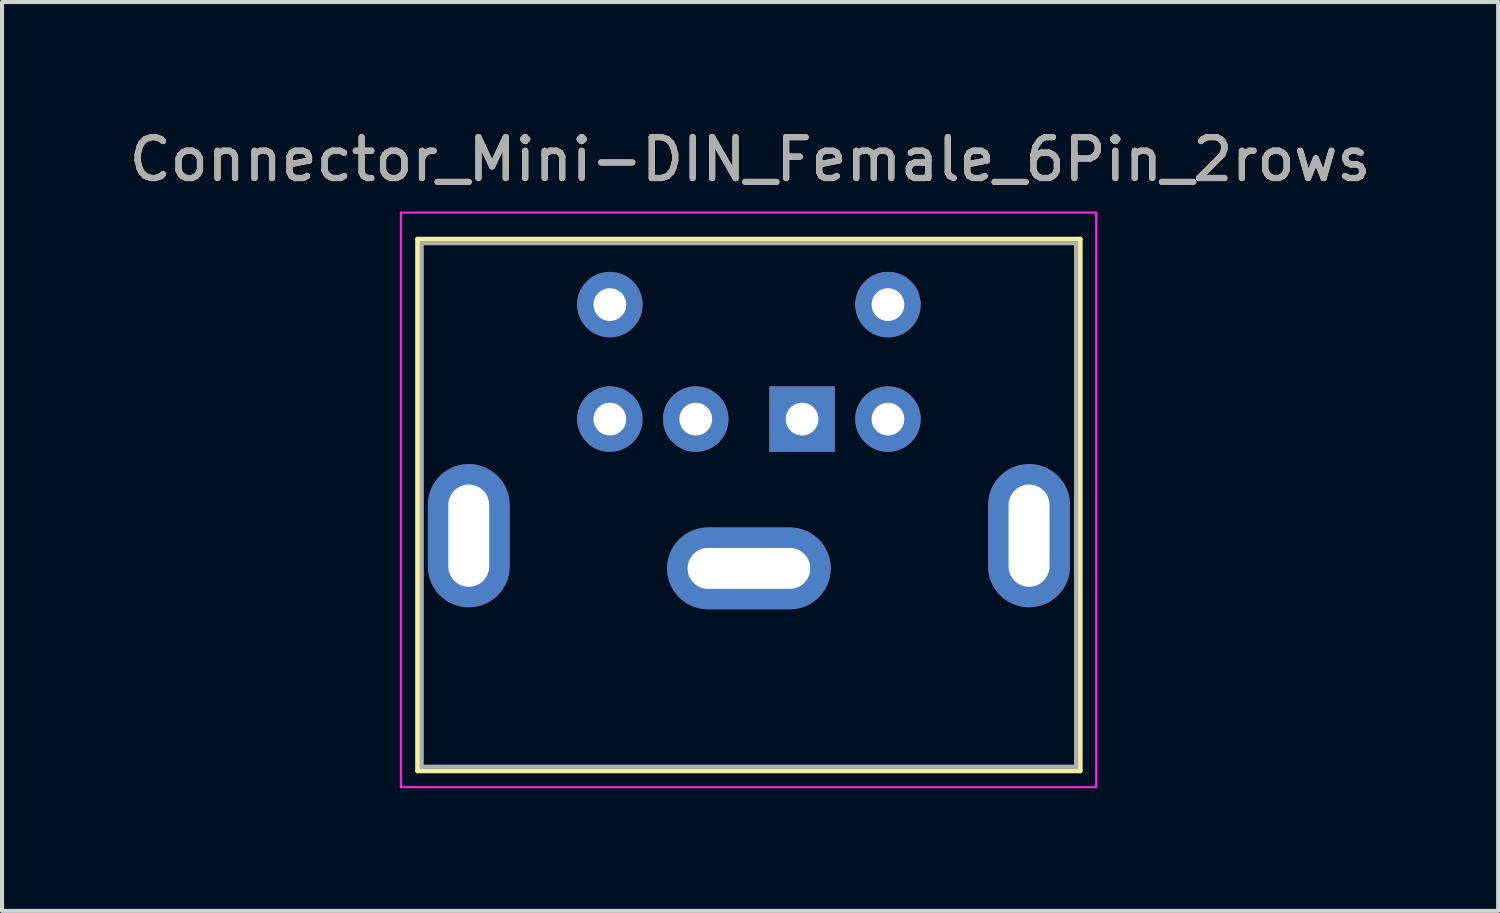
<source format=kicad_pcb>
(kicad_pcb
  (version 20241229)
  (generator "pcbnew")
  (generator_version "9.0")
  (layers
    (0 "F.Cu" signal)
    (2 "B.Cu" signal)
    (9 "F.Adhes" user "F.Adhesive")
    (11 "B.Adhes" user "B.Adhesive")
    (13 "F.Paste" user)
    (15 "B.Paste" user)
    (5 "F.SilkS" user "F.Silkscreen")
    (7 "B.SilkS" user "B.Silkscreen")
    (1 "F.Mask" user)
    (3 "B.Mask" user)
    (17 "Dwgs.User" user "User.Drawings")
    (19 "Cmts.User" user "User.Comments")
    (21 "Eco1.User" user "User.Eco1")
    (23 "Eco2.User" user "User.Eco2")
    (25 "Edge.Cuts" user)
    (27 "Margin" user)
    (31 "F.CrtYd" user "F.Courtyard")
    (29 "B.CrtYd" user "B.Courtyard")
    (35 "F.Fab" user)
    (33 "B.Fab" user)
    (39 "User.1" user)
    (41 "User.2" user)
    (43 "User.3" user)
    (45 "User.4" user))
  (footprint "Connector_Mini-DIN_Female_6Pin_2rows"
    (layer "F.Cu")
    (at 16.562 7.198)
    (property "Reference" "Connector_Mini-DIN_Female_6Pin_2rows" (at -1.27 -6.35 0) (layer "F.SilkS") (effects (font (size 1 1) (thickness 0.15))))
    (attr through_hole)
    (fp_line (start -9.4 -4.4) (end -9.4 8.6) (stroke (width 0.12) (type solid)) (layer "F.SilkS"))
    (fp_line (start -9.4 -4.4) (end 6.8 -4.4) (stroke (width 0.12) (type solid)) (layer "F.SilkS"))
    (fp_line (start -9.4 8.6) (end 6.8 8.6) (stroke (width 0.12) (type solid)) (layer "F.SilkS"))
    (fp_line (start 6.8 -4.4) (end 6.8 8.6) (stroke (width 0.12) (type solid)) (layer "F.SilkS"))
    (fp_line (start -9.81 -5.05) (end -9.81 9) (stroke (width 0.05) (type solid)) (layer "F.CrtYd"))
    (fp_line (start -9.81 -5.05) (end 7.19 -5.05) (stroke (width 0.05) (type solid)) (layer "F.CrtYd"))
    (fp_line (start 7.19 9) (end -9.81 9) (stroke (width 0.05) (type solid)) (layer "F.CrtYd"))
    (fp_line (start 7.19 9) (end 7.19 -5.05) (stroke (width 0.05) (type solid)) (layer "F.CrtYd"))
    (fp_line (start -9.3 -4.3) (end 6.7 -4.3) (stroke (width 0.1) (type solid)) (layer "F.Fab"))
    (fp_line (start -9.3 8.5) (end -9.3 -4.3) (stroke (width 0.1) (type solid)) (layer "F.Fab"))
    (fp_line (start 6.7 -4.3) (end 6.7 8.5) (stroke (width 0.1) (type solid)) (layer "F.Fab"))
    (fp_line (start 6.7 8.5) (end -9.3 8.5) (stroke (width 0.1) (type solid)) (layer "F.Fab"))
    (fp_text user "${REFERENCE}" (at -1.27 -6.35 0) (layer "F.Fab") (effects (font (size 1 1) (thickness 0.15))))
    (pad "1" thru_hole rect (at 0 0) (size 1.6 1.6) (drill 0.8) (layers "*.Cu" "*.Mask"))
    (pad "2" thru_hole circle (at -2.6 0) (size 1.6 1.6) (drill 0.8) (layers "*.Cu" "*.Mask"))
    (pad "3" thru_hole circle (at 2.1 0) (size 1.6 1.6) (drill 0.8) (layers "*.Cu" "*.Mask"))
    (pad "4" thru_hole circle (at -4.7 0) (size 1.6 1.6) (drill 0.8) (layers "*.Cu" "*.Mask"))
    (pad "5" thru_hole circle (at 2.1 -2.8) (size 1.6 1.6) (drill 0.8) (layers "*.Cu" "*.Mask"))
    (pad "6" thru_hole circle (at -4.7 -2.8) (size 1.6 1.6) (drill 0.8) (layers "*.Cu" "*.Mask"))
    (pad "7" thru_hole oval (at -8.15 2.85) (size 2 3.5) (drill oval 1 2.5) (layers "*.Cu" "*.Mask"))
    (pad "7" thru_hole oval (at -1.3 3.65) (size 4 2) (drill oval 3 1) (layers "*.Cu" "*.Mask"))
    (pad "7" thru_hole oval (at 5.55 2.85) (size 2 3.5) (drill oval 1 2.5) (layers "*.Cu" "*.Mask")))
  (gr_rect
    (start -3 -3)
    (end 33.583 19.223)
    (stroke (width 0.1) (type default))
    (fill no)
    (layer "Edge.Cuts")))
</source>
